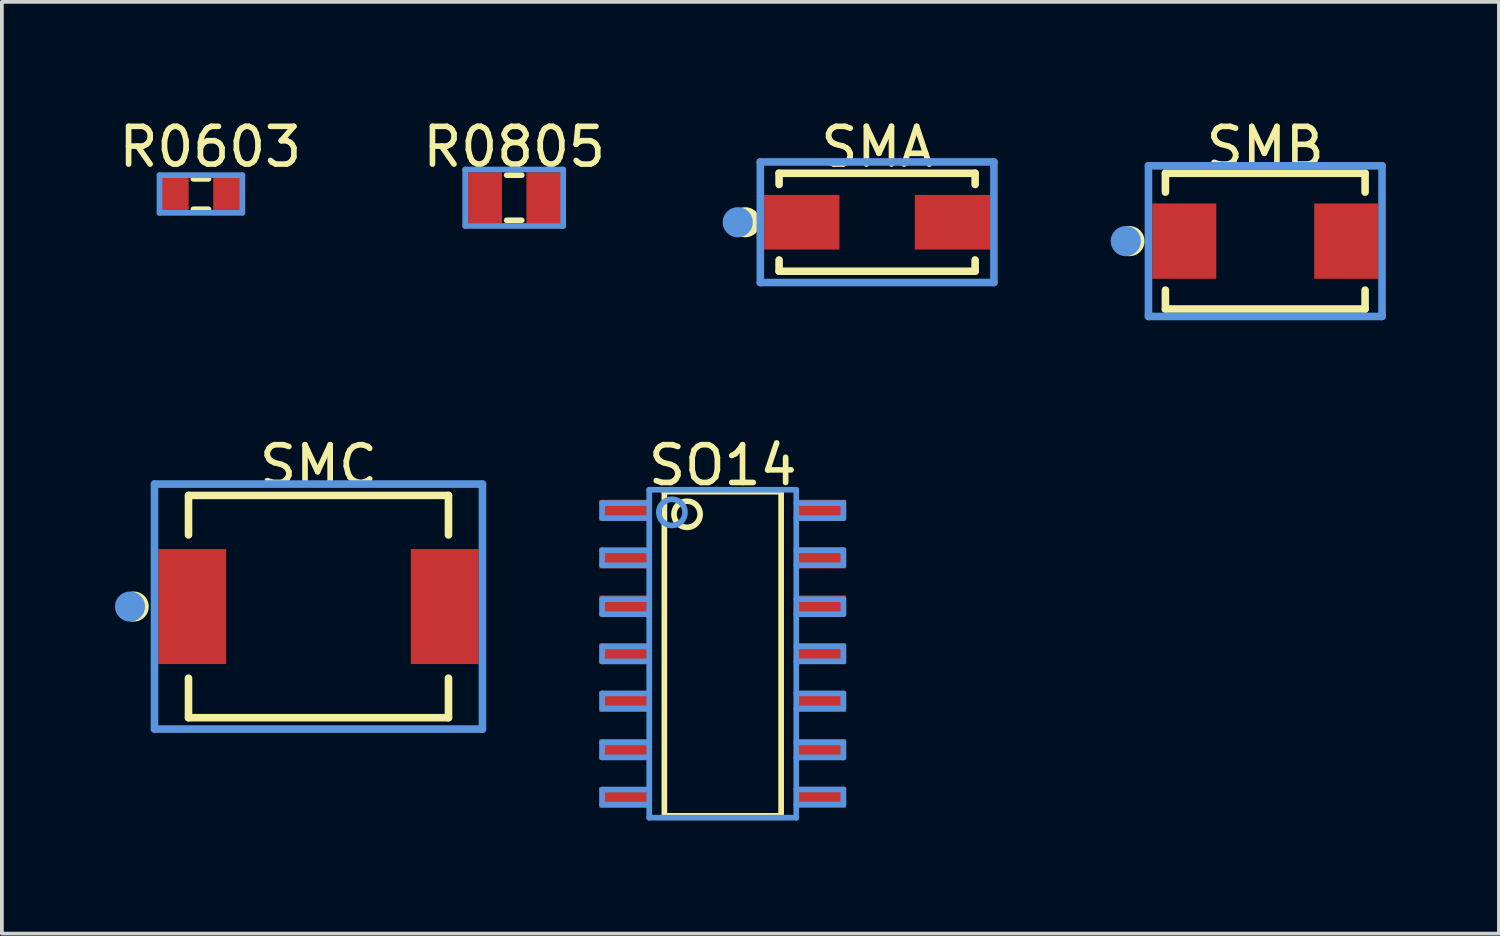
<source format=kicad_pcb>
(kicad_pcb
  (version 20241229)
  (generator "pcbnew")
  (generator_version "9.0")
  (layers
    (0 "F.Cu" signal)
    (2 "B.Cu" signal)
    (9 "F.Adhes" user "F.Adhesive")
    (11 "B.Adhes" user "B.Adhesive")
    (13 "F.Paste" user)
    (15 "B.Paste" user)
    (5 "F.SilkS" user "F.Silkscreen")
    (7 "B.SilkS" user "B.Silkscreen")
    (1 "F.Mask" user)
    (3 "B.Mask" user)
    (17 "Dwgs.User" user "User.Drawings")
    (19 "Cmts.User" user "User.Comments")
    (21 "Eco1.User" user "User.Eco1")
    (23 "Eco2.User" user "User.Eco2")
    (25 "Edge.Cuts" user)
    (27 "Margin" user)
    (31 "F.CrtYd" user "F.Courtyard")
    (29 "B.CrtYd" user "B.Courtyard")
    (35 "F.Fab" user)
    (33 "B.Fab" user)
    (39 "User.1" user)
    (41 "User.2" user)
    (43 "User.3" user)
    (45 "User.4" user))
  (footprint "R0805"
    (layer "F.Cu")
    (at 10.594 2.197)
    (property "Reference" "R0805" (at 0 -1.349 0) (layer "F.SilkS") (effects (font (size 1.001 1.001) (thickness 0.15))))
    (attr through_hole)
    (fp_line (start -0.201 -0.599) (end 0.201 -0.599) (stroke (width 0.15) (type solid)) (layer "F.SilkS"))
    (fp_line (start -0.201 0.599) (end 0.201 0.599) (stroke (width 0.15) (type solid)) (layer "F.SilkS"))
    (fp_line (start -1.3 -0.749) (end 1.3 -0.749) (stroke (width 0.15) (type solid)) (layer "Cmts.User"))
    (fp_line (start -1.3 0.749) (end -1.3 -0.749) (stroke (width 0.15) (type solid)) (layer "Cmts.User"))
    (fp_line (start 1.3 -0.749) (end 1.3 0.749) (stroke (width 0.15) (type solid)) (layer "Cmts.User"))
    (fp_line (start 1.3 0.749) (end -1.3 0.749) (stroke (width 0.15) (type solid)) (layer "Cmts.User"))
    (pad "1" smd rect (at -0.8 0) (size 0.95 1.349) (layers "F.Cu" "F.Mask" "F.Paste"))
    (pad "2" smd rect (at 0.8 0) (size 0.95 1.349) (layers "F.Cu" "F.Mask" "F.Paste")))
  (footprint "R0603"
    (layer "F.Cu")
    (at 2.282 2.098)
    (property "Reference" "R0603" (at 0.249 -1.25 0) (layer "F.SilkS") (effects (font (size 1.001 1.001) (thickness 0.15))))
    (attr through_hole)
    (fp_line (start 0.201 -0.401) (end -0.201 -0.401) (stroke (width 0.15) (type solid)) (layer "F.SilkS"))
    (fp_line (start 0.201 0.404) (end -0.201 0.404) (stroke (width 0.15) (type solid)) (layer "F.SilkS"))
    (fp_line (start -1.1 -0.5) (end -1.1 0.5) (stroke (width 0.15) (type solid)) (layer "Cmts.User"))
    (fp_line (start -1.1 0.5) (end 1.1 0.5) (stroke (width 0.15) (type solid)) (layer "Cmts.User"))
    (fp_line (start 1.1 -0.5) (end -1.1 -0.5) (stroke (width 0.15) (type solid)) (layer "Cmts.User"))
    (fp_line (start 1.1 0.5) (end 1.1 -0.5) (stroke (width 0.15) (type solid)) (layer "Cmts.User"))
    (pad "1" smd rect (at -0.701 0) (size 0.749 0.899) (layers "F.Cu" "F.Mask" "F.Paste"))
    (pad "2" smd rect (at 0.701 0) (size 0.749 0.899) (layers "F.Cu" "F.Mask" "F.Paste")))
  (footprint "SMB"
    (layer "F.Cu")
    (at 30.523 3.348)
    (property "Reference" "SMB" (at 0 -2.499 0) (layer "F.SilkS") (effects (font (size 1.001 1.001) (thickness 0.15))))
    (attr through_hole)
    (fp_line (start -2.649 -1.801) (end -2.649 -1.3) (stroke (width 0.201) (type solid)) (layer "F.SilkS"))
    (fp_line (start -2.649 1.3) (end -2.649 1.801) (stroke (width 0.201) (type solid)) (layer "F.SilkS"))
    (fp_line (start -2.649 1.801) (end 2.649 1.801) (stroke (width 0.201) (type solid)) (layer "F.SilkS"))
    (fp_line (start 2.649 -1.801) (end -2.649 -1.801) (stroke (width 0.201) (type solid)) (layer "F.SilkS"))
    (fp_line (start 2.649 -1.3) (end 2.649 -1.801) (stroke (width 0.201) (type solid)) (layer "F.SilkS"))
    (fp_line (start 2.649 1.801) (end 2.649 1.3) (stroke (width 0.201) (type solid)) (layer "F.SilkS"))
    (fp_circle (center -3.602 0) (end -3.401 0) (stroke (width 0.399) (type solid)) (fill no) (layer "F.SilkS"))
    (fp_line (start -3.099 -1.999) (end -3.099 1.999) (stroke (width 0.201) (type solid)) (layer "Cmts.User"))
    (fp_line (start -3.099 1.999) (end 3.099 1.999) (stroke (width 0.201) (type solid)) (layer "Cmts.User"))
    (fp_line (start 3.099 -1.999) (end -3.099 -1.999) (stroke (width 0.201) (type solid)) (layer "Cmts.User"))
    (fp_line (start 3.099 1.999) (end 3.099 -1.999) (stroke (width 0.201) (type solid)) (layer "Cmts.User"))
    (fp_circle (center -3.701 0) (end -3.5 0) (stroke (width 0.399) (type solid)) (fill no) (layer "Cmts.User"))
    (pad "1" smd rect (at -2.149 0) (size 1.699 1.999) (layers "F.Cu" "F.Mask" "F.Paste"))
    (pad "2" smd rect (at 2.149 0) (size 1.699 1.999) (layers "F.Cu" "F.Mask" "F.Paste")))
  (footprint "SO14"
    (layer "F.Cu")
    (at 16.128 14.297)
    (property "Reference" "SO14" (at 0 -5.001 0) (layer "F.SilkS") (effects (font (size 1.001 1.001) (thickness 0.15))))
    (attr through_hole)
    (fp_line (start -1.549 -4.3) (end -1.549 4.3) (stroke (width 0.15) (type solid)) (layer "F.SilkS"))
    (fp_line (start -1.549 4.3) (end 1.549 4.3) (stroke (width 0.15) (type solid)) (layer "F.SilkS"))
    (fp_line (start 1.549 -4.3) (end -1.549 -4.3) (stroke (width 0.15) (type solid)) (layer "F.SilkS"))
    (fp_line (start 1.549 4.3) (end 1.549 -4.3) (stroke (width 0.15) (type solid)) (layer "F.SilkS"))
    (fp_circle (center -0.947 -3.701) (end -0.599 -3.701) (stroke (width 0.15) (type solid)) (fill no) (layer "F.SilkS"))
    (fp_line (start -3.2 -3.998) (end -3.2 -3.599) (stroke (width 0.15) (type solid)) (layer "Cmts.User"))
    (fp_line (start -3.2 -3.599) (end -1.951 -3.599) (stroke (width 0.15) (type solid)) (layer "Cmts.User"))
    (fp_line (start -3.2 -2.746) (end -3.2 -2.347) (stroke (width 0.15) (type solid)) (layer "Cmts.User"))
    (fp_line (start -3.2 -2.347) (end -1.951 -2.347) (stroke (width 0.15) (type solid)) (layer "Cmts.User"))
    (fp_line (start -3.2 -1.448) (end -3.2 -1.049) (stroke (width 0.15) (type solid)) (layer "Cmts.User"))
    (fp_line (start -3.2 -1.049) (end -1.951 -1.049) (stroke (width 0.15) (type solid)) (layer "Cmts.User"))
    (fp_line (start -3.2 -0.196) (end -3.2 0.203) (stroke (width 0.15) (type solid)) (layer "Cmts.User"))
    (fp_line (start -3.2 0.203) (end -1.951 0.203) (stroke (width 0.15) (type solid)) (layer "Cmts.User"))
    (fp_line (start -3.2 1.052) (end -3.2 1.45) (stroke (width 0.15) (type solid)) (layer "Cmts.User"))
    (fp_line (start -3.2 1.45) (end -1.951 1.45) (stroke (width 0.15) (type solid)) (layer "Cmts.User"))
    (fp_line (start -3.2 2.352) (end -3.2 2.751) (stroke (width 0.15) (type solid)) (layer "Cmts.User"))
    (fp_line (start -3.2 2.751) (end -1.951 2.751) (stroke (width 0.15) (type solid)) (layer "Cmts.User"))
    (fp_line (start -3.2 3.604) (end -3.2 4.003) (stroke (width 0.15) (type solid)) (layer "Cmts.User"))
    (fp_line (start -3.2 4.003) (end -1.951 4.003) (stroke (width 0.15) (type solid)) (layer "Cmts.User"))
    (fp_line (start -1.951 -4.351) (end -1.951 4.351) (stroke (width 0.15) (type solid)) (layer "Cmts.User"))
    (fp_line (start -1.951 -3.998) (end -3.2 -3.998) (stroke (width 0.15) (type solid)) (layer "Cmts.User"))
    (fp_line (start -1.951 -2.746) (end -3.2 -2.746) (stroke (width 0.15) (type solid)) (layer "Cmts.User"))
    (fp_line (start -1.951 -1.448) (end -3.2 -1.448) (stroke (width 0.15) (type solid)) (layer "Cmts.User"))
    (fp_line (start -1.951 -0.196) (end -3.2 -0.196) (stroke (width 0.15) (type solid)) (layer "Cmts.User"))
    (fp_line (start -1.951 1.052) (end -3.2 1.052) (stroke (width 0.15) (type solid)) (layer "Cmts.User"))
    (fp_line (start -1.951 2.352) (end -3.2 2.352) (stroke (width 0.15) (type solid)) (layer "Cmts.User"))
    (fp_line (start -1.951 3.604) (end -3.2 3.604) (stroke (width 0.15) (type solid)) (layer "Cmts.User"))
    (fp_line (start -1.951 4.351) (end 1.951 4.351) (stroke (width 0.15) (type solid)) (layer "Cmts.User"))
    (fp_line (start 1.951 -4.351) (end -1.951 -4.351) (stroke (width 0.15) (type solid)) (layer "Cmts.User"))
    (fp_line (start 1.951 -3.998) (end 3.2 -3.998) (stroke (width 0.15) (type solid)) (layer "Cmts.User"))
    (fp_line (start 1.951 -2.748) (end 3.2 -2.748) (stroke (width 0.15) (type solid)) (layer "Cmts.User"))
    (fp_line (start 1.951 -1.448) (end 3.2 -1.448) (stroke (width 0.15) (type solid)) (layer "Cmts.User"))
    (fp_line (start 1.951 -0.198) (end 3.2 -0.198) (stroke (width 0.15) (type solid)) (layer "Cmts.User"))
    (fp_line (start 1.951 1.052) (end 3.2 1.052) (stroke (width 0.15) (type solid)) (layer "Cmts.User"))
    (fp_line (start 1.951 2.352) (end 3.2 2.352) (stroke (width 0.15) (type solid)) (layer "Cmts.User"))
    (fp_line (start 1.951 3.602) (end 3.2 3.602) (stroke (width 0.15) (type solid)) (layer "Cmts.User"))
    (fp_line (start 1.951 4.351) (end 1.951 -4.351) (stroke (width 0.15) (type solid)) (layer "Cmts.User"))
    (fp_line (start 3.2 -3.998) (end 3.2 -3.599) (stroke (width 0.15) (type solid)) (layer "Cmts.User"))
    (fp_line (start 3.2 -3.599) (end 1.951 -3.599) (stroke (width 0.15) (type solid)) (layer "Cmts.User"))
    (fp_line (start 3.2 -2.748) (end 3.2 -2.349) (stroke (width 0.15) (type solid)) (layer "Cmts.User"))
    (fp_line (start 3.2 -2.349) (end 1.951 -2.349) (stroke (width 0.15) (type solid)) (layer "Cmts.User"))
    (fp_line (start 3.2 -1.448) (end 3.2 -1.049) (stroke (width 0.15) (type solid)) (layer "Cmts.User"))
    (fp_line (start 3.2 -1.049) (end 1.951 -1.049) (stroke (width 0.15) (type solid)) (layer "Cmts.User"))
    (fp_line (start 3.2 -0.198) (end 3.2 0.201) (stroke (width 0.15) (type solid)) (layer "Cmts.User"))
    (fp_line (start 3.2 0.201) (end 1.951 0.201) (stroke (width 0.15) (type solid)) (layer "Cmts.User"))
    (fp_line (start 3.2 1.052) (end 3.2 1.45) (stroke (width 0.15) (type solid)) (layer "Cmts.User"))
    (fp_line (start 3.2 1.45) (end 1.951 1.45) (stroke (width 0.15) (type solid)) (layer "Cmts.User"))
    (fp_line (start 3.2 2.352) (end 3.2 2.751) (stroke (width 0.15) (type solid)) (layer "Cmts.User"))
    (fp_line (start 3.2 2.751) (end 1.951 2.751) (stroke (width 0.15) (type solid)) (layer "Cmts.User"))
    (fp_line (start 3.2 3.602) (end 3.2 4) (stroke (width 0.15) (type solid)) (layer "Cmts.User"))
    (fp_line (start 3.2 4) (end 1.951 4) (stroke (width 0.15) (type solid)) (layer "Cmts.User"))
    (fp_circle (center -1.349 -3.752) (end -1.001 -3.752) (stroke (width 0.15) (type solid)) (fill no) (layer "Cmts.User"))
    (pad "1" smd rect (at -2.601 -3.81) (size 1.349 0.551) (layers "F.Cu" "F.Mask" "F.Paste"))
    (pad "2" smd rect (at -2.601 -2.54) (size 1.349 0.551) (layers "F.Cu" "F.Mask" "F.Paste"))
    (pad "3" smd rect (at -2.601 -1.27) (size 1.349 0.551) (layers "F.Cu" "F.Mask" "F.Paste"))
    (pad "4" smd rect (at -2.601 0) (size 1.349 0.551) (layers "F.Cu" "F.Mask" "F.Paste"))
    (pad "5" smd rect (at -2.601 1.27) (size 1.349 0.551) (layers "F.Cu" "F.Mask" "F.Paste"))
    (pad "6" smd rect (at -2.601 2.54) (size 1.349 0.551) (layers "F.Cu" "F.Mask" "F.Paste"))
    (pad "7" smd rect (at -2.601 3.81) (size 1.349 0.551) (layers "F.Cu" "F.Mask" "F.Paste"))
    (pad "8" smd rect (at 2.601 3.81) (size 1.349 0.551) (layers "F.Cu" "F.Mask" "F.Paste"))
    (pad "9" smd rect (at 2.601 2.54) (size 1.349 0.551) (layers "F.Cu" "F.Mask" "F.Paste"))
    (pad "10" smd rect (at 2.601 1.27) (size 1.349 0.551) (layers "F.Cu" "F.Mask" "F.Paste"))
    (pad "11" smd rect (at 2.601 0) (size 1.349 0.551) (layers "F.Cu" "F.Mask" "F.Paste"))
    (pad "12" smd rect (at 2.601 -1.27) (size 1.349 0.551) (layers "F.Cu" "F.Mask" "F.Paste"))
    (pad "13" smd rect (at 2.601 -2.54) (size 1.349 0.551) (layers "F.Cu" "F.Mask" "F.Paste"))
    (pad "14" smd rect (at 2.601 -3.81) (size 1.349 0.551) (layers "F.Cu" "F.Mask" "F.Paste")))
  (footprint "SMC"
    (layer "F.Cu")
    (at 5.401 13.045)
    (property "Reference" "SMC" (at 0 -3.749 0) (layer "F.SilkS") (effects (font (size 1.001 1.001) (thickness 0.15))))
    (attr through_hole)
    (fp_line (start -3.449 -2.949) (end -3.449 -1.9) (stroke (width 0.201) (type solid)) (layer "F.SilkS"))
    (fp_line (start -3.449 1.9) (end -3.449 2.949) (stroke (width 0.201) (type solid)) (layer "F.SilkS"))
    (fp_line (start -3.449 2.949) (end 3.449 2.949) (stroke (width 0.201) (type solid)) (layer "F.SilkS"))
    (fp_line (start 3.449 -2.949) (end -3.449 -2.949) (stroke (width 0.201) (type solid)) (layer "F.SilkS"))
    (fp_line (start 3.449 -1.9) (end 3.449 -2.949) (stroke (width 0.201) (type solid)) (layer "F.SilkS"))
    (fp_line (start 3.449 2.949) (end 3.449 1.9) (stroke (width 0.201) (type solid)) (layer "F.SilkS"))
    (fp_circle (center -4.902 0) (end -4.702 0) (stroke (width 0.399) (type solid)) (fill no) (layer "F.SilkS"))
    (fp_line (start -4.351 -3.251) (end -4.351 3.251) (stroke (width 0.201) (type solid)) (layer "Cmts.User"))
    (fp_line (start -4.351 3.251) (end 4.351 3.251) (stroke (width 0.201) (type solid)) (layer "Cmts.User"))
    (fp_line (start 4.351 -3.251) (end -4.351 -3.251) (stroke (width 0.201) (type solid)) (layer "Cmts.User"))
    (fp_line (start 4.351 3.251) (end 4.351 -3.251) (stroke (width 0.201) (type solid)) (layer "Cmts.User"))
    (fp_circle (center -5.001 0) (end -4.801 0) (stroke (width 0.399) (type solid)) (fill no) (layer "Cmts.User"))
    (pad "1" smd rect (at -3.35 0) (size 1.801 3.051) (layers "F.Cu" "F.Mask" "F.Paste"))
    (pad "2" smd rect (at 3.35 0) (size 1.801 3.051) (layers "F.Cu" "F.Mask" "F.Paste")))
  (footprint "SMA"
    (layer "F.Cu")
    (at 20.224 2.847)
    (property "Reference" "SMA" (at 0 -1.999 0) (layer "F.SilkS") (effects (font (size 1.001 1.001) (thickness 0.15))))
    (attr through_hole)
    (fp_line (start -2.601 -1.3) (end -2.601 -1.001) (stroke (width 0.201) (type solid)) (layer "F.SilkS"))
    (fp_line (start -2.601 1.001) (end -2.601 1.3) (stroke (width 0.201) (type solid)) (layer "F.SilkS"))
    (fp_line (start -2.601 1.3) (end 2.601 1.3) (stroke (width 0.201) (type solid)) (layer "F.SilkS"))
    (fp_line (start 2.601 -1.3) (end -2.601 -1.3) (stroke (width 0.201) (type solid)) (layer "F.SilkS"))
    (fp_line (start 2.601 -1.001) (end 2.601 -1.3) (stroke (width 0.201) (type solid)) (layer "F.SilkS"))
    (fp_line (start 2.601 1.3) (end 2.601 1.001) (stroke (width 0.201) (type solid)) (layer "F.SilkS"))
    (fp_circle (center -3.498 0) (end -3.698 0) (stroke (width 0.399) (type solid)) (fill no) (layer "F.SilkS"))
    (fp_line (start -3.099 -1.6) (end 3.099 -1.6) (stroke (width 0.201) (type solid)) (layer "Cmts.User"))
    (fp_line (start -3.099 1.6) (end -3.099 -1.6) (stroke (width 0.201) (type solid)) (layer "Cmts.User"))
    (fp_line (start 3.099 -1.6) (end 3.099 1.6) (stroke (width 0.201) (type solid)) (layer "Cmts.User"))
    (fp_line (start 3.099 1.6) (end -3.099 1.6) (stroke (width 0.201) (type solid)) (layer "Cmts.User"))
    (fp_circle (center -3.698 0) (end -3.899 0) (stroke (width 0.399) (type solid)) (fill no) (layer "Cmts.User"))
    (pad "1" smd rect (at -1.999 0) (size 1.999 1.45) (layers "F.Cu" "F.Mask" "F.Paste"))
    (pad "2" smd rect (at 1.999 0) (size 1.999 1.45) (layers "F.Cu" "F.Mask" "F.Paste")))
  (gr_rect
    (start -3 -3)
    (end 36.723 21.723)
    (stroke (width 0.1) (type default))
    (fill no)
    (layer "Edge.Cuts")))
</source>
